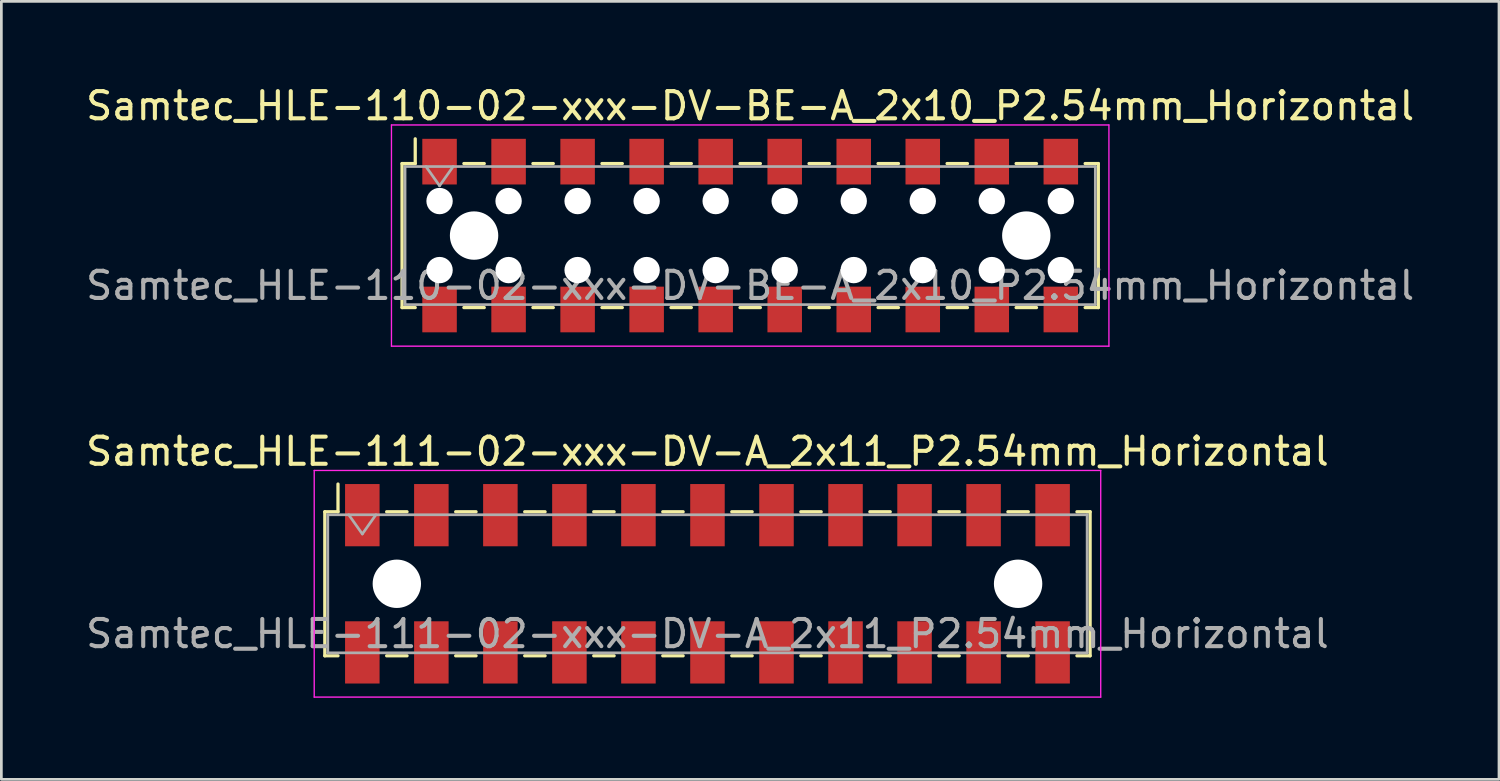
<source format=kicad_pcb>
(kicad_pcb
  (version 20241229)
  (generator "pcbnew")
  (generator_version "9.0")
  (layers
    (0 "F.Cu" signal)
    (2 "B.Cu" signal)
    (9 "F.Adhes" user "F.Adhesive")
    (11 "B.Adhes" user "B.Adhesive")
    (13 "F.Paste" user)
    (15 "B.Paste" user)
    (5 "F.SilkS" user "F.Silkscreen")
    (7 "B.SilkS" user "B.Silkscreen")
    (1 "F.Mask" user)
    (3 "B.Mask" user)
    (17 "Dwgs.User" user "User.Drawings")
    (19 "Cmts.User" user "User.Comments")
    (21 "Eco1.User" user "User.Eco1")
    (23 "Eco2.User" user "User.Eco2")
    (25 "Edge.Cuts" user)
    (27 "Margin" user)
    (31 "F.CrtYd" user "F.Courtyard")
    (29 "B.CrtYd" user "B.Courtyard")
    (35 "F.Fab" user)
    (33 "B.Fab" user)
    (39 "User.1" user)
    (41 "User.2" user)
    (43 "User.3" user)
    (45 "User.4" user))
  (footprint "Samtec_HLE-111-02-xxx-DV-A_2x11_P2.54mm_Horizontal"
    (layer "F.Cu")
    (at 22.982 18.431)
    (property "Reference" "Samtec_HLE-111-02-xxx-DV-A_2x11_P2.54mm_Horizontal" (at 0 -4.87 0) (layer "F.SilkS") (effects (font (size 1 1) (thickness 0.15))))
    (attr smd)
    (fp_line (start -14.08 -2.65) (end -14.08 2.65) (stroke (width 0.12) (type solid)) (layer "F.SilkS"))
    (fp_line (start -14.08 2.65) (end -13.595 2.65) (stroke (width 0.12) (type solid)) (layer "F.SilkS"))
    (fp_line (start -13.595 -3.67) (end -13.595 -2.65) (stroke (width 0.12) (type solid)) (layer "F.SilkS"))
    (fp_line (start -13.595 -2.65) (end -14.08 -2.65) (stroke (width 0.12) (type solid)) (layer "F.SilkS"))
    (fp_line (start -11.805 -2.65) (end -11.055 -2.65) (stroke (width 0.12) (type solid)) (layer "F.SilkS"))
    (fp_line (start -11.805 2.65) (end -11.055 2.65) (stroke (width 0.12) (type solid)) (layer "F.SilkS"))
    (fp_line (start -9.265 -2.65) (end -8.515 -2.65) (stroke (width 0.12) (type solid)) (layer "F.SilkS"))
    (fp_line (start -9.265 2.65) (end -8.515 2.65) (stroke (width 0.12) (type solid)) (layer "F.SilkS"))
    (fp_line (start -6.725 -2.65) (end -5.975 -2.65) (stroke (width 0.12) (type solid)) (layer "F.SilkS"))
    (fp_line (start -6.725 2.65) (end -5.975 2.65) (stroke (width 0.12) (type solid)) (layer "F.SilkS"))
    (fp_line (start -4.185 -2.65) (end -3.435 -2.65) (stroke (width 0.12) (type solid)) (layer "F.SilkS"))
    (fp_line (start -4.185 2.65) (end -3.435 2.65) (stroke (width 0.12) (type solid)) (layer "F.SilkS"))
    (fp_line (start -1.645 -2.65) (end -0.895 -2.65) (stroke (width 0.12) (type solid)) (layer "F.SilkS"))
    (fp_line (start -1.645 2.65) (end -0.895 2.65) (stroke (width 0.12) (type solid)) (layer "F.SilkS"))
    (fp_line (start 0.895 -2.65) (end 1.645 -2.65) (stroke (width 0.12) (type solid)) (layer "F.SilkS"))
    (fp_line (start 0.895 2.65) (end 1.645 2.65) (stroke (width 0.12) (type solid)) (layer "F.SilkS"))
    (fp_line (start 3.435 -2.65) (end 4.185 -2.65) (stroke (width 0.12) (type solid)) (layer "F.SilkS"))
    (fp_line (start 3.435 2.65) (end 4.185 2.65) (stroke (width 0.12) (type solid)) (layer "F.SilkS"))
    (fp_line (start 5.975 -2.65) (end 6.725 -2.65) (stroke (width 0.12) (type solid)) (layer "F.SilkS"))
    (fp_line (start 5.975 2.65) (end 6.725 2.65) (stroke (width 0.12) (type solid)) (layer "F.SilkS"))
    (fp_line (start 8.515 -2.65) (end 9.265 -2.65) (stroke (width 0.12) (type solid)) (layer "F.SilkS"))
    (fp_line (start 8.515 2.65) (end 9.265 2.65) (stroke (width 0.12) (type solid)) (layer "F.SilkS"))
    (fp_line (start 11.055 -2.65) (end 11.805 -2.65) (stroke (width 0.12) (type solid)) (layer "F.SilkS"))
    (fp_line (start 11.055 2.65) (end 11.805 2.65) (stroke (width 0.12) (type solid)) (layer "F.SilkS"))
    (fp_line (start 13.595 -2.65) (end 14.08 -2.65) (stroke (width 0.12) (type solid)) (layer "F.SilkS"))
    (fp_line (start 14.08 -2.65) (end 14.08 2.65) (stroke (width 0.12) (type solid)) (layer "F.SilkS"))
    (fp_line (start 14.08 2.65) (end 13.595 2.65) (stroke (width 0.12) (type solid)) (layer "F.SilkS"))
    (fp_line (start -14.47 -4.17) (end 14.47 -4.17) (stroke (width 0.05) (type solid)) (layer "F.CrtYd"))
    (fp_line (start -14.47 4.17) (end -14.47 -4.17) (stroke (width 0.05) (type solid)) (layer "F.CrtYd"))
    (fp_line (start 14.47 -4.17) (end 14.47 4.17) (stroke (width 0.05) (type solid)) (layer "F.CrtYd"))
    (fp_line (start 14.47 4.17) (end -14.47 4.17) (stroke (width 0.05) (type solid)) (layer "F.CrtYd"))
    (fp_line (start -13.97 -2.54) (end 13.97 -2.54) (stroke (width 0.1) (type solid)) (layer "F.Fab"))
    (fp_line (start -13.97 2.54) (end -13.97 -2.54) (stroke (width 0.1) (type solid)) (layer "F.Fab"))
    (fp_line (start -13.2 -2.54) (end -12.7 -1.833) (stroke (width 0.1) (type solid)) (layer "F.Fab"))
    (fp_line (start -12.7 -1.833) (end -12.2 -2.54) (stroke (width 0.1) (type solid)) (layer "F.Fab"))
    (fp_line (start 13.97 -2.54) (end 13.97 2.54) (stroke (width 0.1) (type solid)) (layer "F.Fab"))
    (fp_line (start 13.97 2.54) (end -13.97 2.54) (stroke (width 0.1) (type solid)) (layer "F.Fab"))
    (fp_text user "${REFERENCE}" (at 0 1.84 0) (layer "F.Fab") (effects (font (size 1 1) (thickness 0.15))))
    (pad "" np_thru_hole circle (at -11.43 0) (size 1.78 1.78) (drill 1.78) (layers "*.Cu" "*.Mask"))
    (pad "" np_thru_hole circle (at 11.43 0) (size 1.78 1.78) (drill 1.78) (layers "*.Cu" "*.Mask"))
    (pad "1" smd rect (at -12.7 -2.525) (size 1.27 2.29) (layers "F.Cu" "F.Mask" "F.Paste"))
    (pad "2" smd rect (at -12.7 2.525) (size 1.27 2.29) (layers "F.Cu" "F.Mask" "F.Paste"))
    (pad "3" smd rect (at -10.16 -2.525) (size 1.27 2.29) (layers "F.Cu" "F.Mask" "F.Paste"))
    (pad "4" smd rect (at -10.16 2.525) (size 1.27 2.29) (layers "F.Cu" "F.Mask" "F.Paste"))
    (pad "5" smd rect (at -7.62 -2.525) (size 1.27 2.29) (layers "F.Cu" "F.Mask" "F.Paste"))
    (pad "6" smd rect (at -7.62 2.525) (size 1.27 2.29) (layers "F.Cu" "F.Mask" "F.Paste"))
    (pad "7" smd rect (at -5.08 -2.525) (size 1.27 2.29) (layers "F.Cu" "F.Mask" "F.Paste"))
    (pad "8" smd rect (at -5.08 2.525) (size 1.27 2.29) (layers "F.Cu" "F.Mask" "F.Paste"))
    (pad "9" smd rect (at -2.54 -2.525) (size 1.27 2.29) (layers "F.Cu" "F.Mask" "F.Paste"))
    (pad "10" smd rect (at -2.54 2.525) (size 1.27 2.29) (layers "F.Cu" "F.Mask" "F.Paste"))
    (pad "11" smd rect (at 0 -2.525) (size 1.27 2.29) (layers "F.Cu" "F.Mask" "F.Paste"))
    (pad "12" smd rect (at 0 2.525) (size 1.27 2.29) (layers "F.Cu" "F.Mask" "F.Paste"))
    (pad "13" smd rect (at 2.54 -2.525) (size 1.27 2.29) (layers "F.Cu" "F.Mask" "F.Paste"))
    (pad "14" smd rect (at 2.54 2.525) (size 1.27 2.29) (layers "F.Cu" "F.Mask" "F.Paste"))
    (pad "15" smd rect (at 5.08 -2.525) (size 1.27 2.29) (layers "F.Cu" "F.Mask" "F.Paste"))
    (pad "16" smd rect (at 5.08 2.525) (size 1.27 2.29) (layers "F.Cu" "F.Mask" "F.Paste"))
    (pad "17" smd rect (at 7.62 -2.525) (size 1.27 2.29) (layers "F.Cu" "F.Mask" "F.Paste"))
    (pad "18" smd rect (at 7.62 2.525) (size 1.27 2.29) (layers "F.Cu" "F.Mask" "F.Paste"))
    (pad "19" smd rect (at 10.16 -2.525) (size 1.27 2.29) (layers "F.Cu" "F.Mask" "F.Paste"))
    (pad "20" smd rect (at 10.16 2.525) (size 1.27 2.29) (layers "F.Cu" "F.Mask" "F.Paste"))
    (pad "21" smd rect (at 12.7 -2.525) (size 1.27 2.29) (layers "F.Cu" "F.Mask" "F.Paste"))
    (pad "22" smd rect (at 12.7 2.525) (size 1.27 2.29) (layers "F.Cu" "F.Mask" "F.Paste")))
  (footprint "Samtec_HLE-110-02-xxx-DV-BE-A_2x10_P2.54mm_Horizontal"
    (layer "F.Cu")
    (at 24.554 5.618)
    (property "Reference" "Samtec_HLE-110-02-xxx-DV-BE-A_2x10_P2.54mm_Horizontal" (at 0 -4.77 0) (layer "F.SilkS") (effects (font (size 1 1) (thickness 0.15))))
    (attr smd)
    (fp_line (start -12.81 -2.65) (end -12.81 2.65) (stroke (width 0.12) (type solid)) (layer "F.SilkS"))
    (fp_line (start -12.81 2.65) (end -12.325 2.65) (stroke (width 0.12) (type solid)) (layer "F.SilkS"))
    (fp_line (start -12.325 -3.56) (end -12.325 -2.65) (stroke (width 0.12) (type solid)) (layer "F.SilkS"))
    (fp_line (start -12.325 -2.65) (end -12.81 -2.65) (stroke (width 0.12) (type solid)) (layer "F.SilkS"))
    (fp_line (start -10.535 -2.65) (end -9.785 -2.65) (stroke (width 0.12) (type solid)) (layer "F.SilkS"))
    (fp_line (start -10.535 2.65) (end -9.785 2.65) (stroke (width 0.12) (type solid)) (layer "F.SilkS"))
    (fp_line (start -7.995 -2.65) (end -7.245 -2.65) (stroke (width 0.12) (type solid)) (layer "F.SilkS"))
    (fp_line (start -7.995 2.65) (end -7.245 2.65) (stroke (width 0.12) (type solid)) (layer "F.SilkS"))
    (fp_line (start -5.455 -2.65) (end -4.705 -2.65) (stroke (width 0.12) (type solid)) (layer "F.SilkS"))
    (fp_line (start -5.455 2.65) (end -4.705 2.65) (stroke (width 0.12) (type solid)) (layer "F.SilkS"))
    (fp_line (start -2.915 -2.65) (end -2.165 -2.65) (stroke (width 0.12) (type solid)) (layer "F.SilkS"))
    (fp_line (start -2.915 2.65) (end -2.165 2.65) (stroke (width 0.12) (type solid)) (layer "F.SilkS"))
    (fp_line (start -0.375 -2.65) (end 0.375 -2.65) (stroke (width 0.12) (type solid)) (layer "F.SilkS"))
    (fp_line (start -0.375 2.65) (end 0.375 2.65) (stroke (width 0.12) (type solid)) (layer "F.SilkS"))
    (fp_line (start 2.165 -2.65) (end 2.915 -2.65) (stroke (width 0.12) (type solid)) (layer "F.SilkS"))
    (fp_line (start 2.165 2.65) (end 2.915 2.65) (stroke (width 0.12) (type solid)) (layer "F.SilkS"))
    (fp_line (start 4.705 -2.65) (end 5.455 -2.65) (stroke (width 0.12) (type solid)) (layer "F.SilkS"))
    (fp_line (start 4.705 2.65) (end 5.455 2.65) (stroke (width 0.12) (type solid)) (layer "F.SilkS"))
    (fp_line (start 7.245 -2.65) (end 7.995 -2.65) (stroke (width 0.12) (type solid)) (layer "F.SilkS"))
    (fp_line (start 7.245 2.65) (end 7.995 2.65) (stroke (width 0.12) (type solid)) (layer "F.SilkS"))
    (fp_line (start 9.785 -2.65) (end 10.535 -2.65) (stroke (width 0.12) (type solid)) (layer "F.SilkS"))
    (fp_line (start 9.785 2.65) (end 10.535 2.65) (stroke (width 0.12) (type solid)) (layer "F.SilkS"))
    (fp_line (start 12.325 -2.65) (end 12.81 -2.65) (stroke (width 0.12) (type solid)) (layer "F.SilkS"))
    (fp_line (start 12.81 -2.65) (end 12.81 2.65) (stroke (width 0.12) (type solid)) (layer "F.SilkS"))
    (fp_line (start 12.81 2.65) (end 12.325 2.65) (stroke (width 0.12) (type solid)) (layer "F.SilkS"))
    (fp_line (start -13.2 -4.07) (end 13.2 -4.07) (stroke (width 0.05) (type solid)) (layer "F.CrtYd"))
    (fp_line (start -13.2 4.07) (end -13.2 -4.07) (stroke (width 0.05) (type solid)) (layer "F.CrtYd"))
    (fp_line (start 13.2 -4.07) (end 13.2 4.07) (stroke (width 0.05) (type solid)) (layer "F.CrtYd"))
    (fp_line (start 13.2 4.07) (end -13.2 4.07) (stroke (width 0.05) (type solid)) (layer "F.CrtYd"))
    (fp_line (start -12.7 -2.54) (end 12.7 -2.54) (stroke (width 0.1) (type solid)) (layer "F.Fab"))
    (fp_line (start -12.7 2.54) (end -12.7 -2.54) (stroke (width 0.1) (type solid)) (layer "F.Fab"))
    (fp_line (start -11.93 -2.54) (end -11.43 -1.833) (stroke (width 0.1) (type solid)) (layer "F.Fab"))
    (fp_line (start -11.43 -1.833) (end -10.93 -2.54) (stroke (width 0.1) (type solid)) (layer "F.Fab"))
    (fp_line (start 12.7 -2.54) (end 12.7 2.54) (stroke (width 0.1) (type solid)) (layer "F.Fab"))
    (fp_line (start 12.7 2.54) (end -12.7 2.54) (stroke (width 0.1) (type solid)) (layer "F.Fab"))
    (fp_text user "${REFERENCE}" (at 0 1.84 0) (layer "F.Fab") (effects (font (size 1 1) (thickness 0.15))))
    (pad "" np_thru_hole circle (at -11.43 -1.27) (size 0.97 0.97) (drill 0.97) (layers "*.Cu" "*.Mask"))
    (pad "" np_thru_hole circle (at -11.43 1.27) (size 0.97 0.97) (drill 0.97) (layers "*.Cu" "*.Mask"))
    (pad "" np_thru_hole circle (at -10.16 0) (size 1.78 1.78) (drill 1.78) (layers "*.Cu" "*.Mask"))
    (pad "" np_thru_hole circle (at -8.89 -1.27) (size 0.97 0.97) (drill 0.97) (layers "*.Cu" "*.Mask"))
    (pad "" np_thru_hole circle (at -8.89 1.27) (size 0.97 0.97) (drill 0.97) (layers "*.Cu" "*.Mask"))
    (pad "" np_thru_hole circle (at -6.35 -1.27) (size 0.97 0.97) (drill 0.97) (layers "*.Cu" "*.Mask"))
    (pad "" np_thru_hole circle (at -6.35 1.27) (size 0.97 0.97) (drill 0.97) (layers "*.Cu" "*.Mask"))
    (pad "" np_thru_hole circle (at -3.81 -1.27) (size 0.97 0.97) (drill 0.97) (layers "*.Cu" "*.Mask"))
    (pad "" np_thru_hole circle (at -3.81 1.27) (size 0.97 0.97) (drill 0.97) (layers "*.Cu" "*.Mask"))
    (pad "" np_thru_hole circle (at -1.27 -1.27) (size 0.97 0.97) (drill 0.97) (layers "*.Cu" "*.Mask"))
    (pad "" np_thru_hole circle (at -1.27 1.27) (size 0.97 0.97) (drill 0.97) (layers "*.Cu" "*.Mask"))
    (pad "" np_thru_hole circle (at 1.27 -1.27) (size 0.97 0.97) (drill 0.97) (layers "*.Cu" "*.Mask"))
    (pad "" np_thru_hole circle (at 1.27 1.27) (size 0.97 0.97) (drill 0.97) (layers "*.Cu" "*.Mask"))
    (pad "" np_thru_hole circle (at 3.81 -1.27) (size 0.97 0.97) (drill 0.97) (layers "*.Cu" "*.Mask"))
    (pad "" np_thru_hole circle (at 3.81 1.27) (size 0.97 0.97) (drill 0.97) (layers "*.Cu" "*.Mask"))
    (pad "" np_thru_hole circle (at 6.35 -1.27) (size 0.97 0.97) (drill 0.97) (layers "*.Cu" "*.Mask"))
    (pad "" np_thru_hole circle (at 6.35 1.27) (size 0.97 0.97) (drill 0.97) (layers "*.Cu" "*.Mask"))
    (pad "" np_thru_hole circle (at 8.89 -1.27) (size 0.97 0.97) (drill 0.97) (layers "*.Cu" "*.Mask"))
    (pad "" np_thru_hole circle (at 8.89 1.27) (size 0.97 0.97) (drill 0.97) (layers "*.Cu" "*.Mask"))
    (pad "" np_thru_hole circle (at 10.16 0) (size 1.78 1.78) (drill 1.78) (layers "*.Cu" "*.Mask"))
    (pad "" np_thru_hole circle (at 11.43 -1.27) (size 0.97 0.97) (drill 0.97) (layers "*.Cu" "*.Mask"))
    (pad "" np_thru_hole circle (at 11.43 1.27) (size 0.97 0.97) (drill 0.97) (layers "*.Cu" "*.Mask"))
    (pad "1" smd rect (at -11.43 -2.72) (size 1.27 1.68) (layers "F.Cu" "F.Mask" "F.Paste"))
    (pad "2" smd rect (at -11.43 2.72) (size 1.27 1.68) (layers "F.Cu" "F.Mask" "F.Paste"))
    (pad "3" smd rect (at -8.89 -2.72) (size 1.27 1.68) (layers "F.Cu" "F.Mask" "F.Paste"))
    (pad "4" smd rect (at -8.89 2.72) (size 1.27 1.68) (layers "F.Cu" "F.Mask" "F.Paste"))
    (pad "5" smd rect (at -6.35 -2.72) (size 1.27 1.68) (layers "F.Cu" "F.Mask" "F.Paste"))
    (pad "6" smd rect (at -6.35 2.72) (size 1.27 1.68) (layers "F.Cu" "F.Mask" "F.Paste"))
    (pad "7" smd rect (at -3.81 -2.72) (size 1.27 1.68) (layers "F.Cu" "F.Mask" "F.Paste"))
    (pad "8" smd rect (at -3.81 2.72) (size 1.27 1.68) (layers "F.Cu" "F.Mask" "F.Paste"))
    (pad "9" smd rect (at -1.27 -2.72) (size 1.27 1.68) (layers "F.Cu" "F.Mask" "F.Paste"))
    (pad "10" smd rect (at -1.27 2.72) (size 1.27 1.68) (layers "F.Cu" "F.Mask" "F.Paste"))
    (pad "11" smd rect (at 1.27 -2.72) (size 1.27 1.68) (layers "F.Cu" "F.Mask" "F.Paste"))
    (pad "12" smd rect (at 1.27 2.72) (size 1.27 1.68) (layers "F.Cu" "F.Mask" "F.Paste"))
    (pad "13" smd rect (at 3.81 -2.72) (size 1.27 1.68) (layers "F.Cu" "F.Mask" "F.Paste"))
    (pad "14" smd rect (at 3.81 2.72) (size 1.27 1.68) (layers "F.Cu" "F.Mask" "F.Paste"))
    (pad "15" smd rect (at 6.35 -2.72) (size 1.27 1.68) (layers "F.Cu" "F.Mask" "F.Paste"))
    (pad "16" smd rect (at 6.35 2.72) (size 1.27 1.68) (layers "F.Cu" "F.Mask" "F.Paste"))
    (pad "17" smd rect (at 8.89 -2.72) (size 1.27 1.68) (layers "F.Cu" "F.Mask" "F.Paste"))
    (pad "18" smd rect (at 8.89 2.72) (size 1.27 1.68) (layers "F.Cu" "F.Mask" "F.Paste"))
    (pad "19" smd rect (at 11.43 -2.72) (size 1.27 1.68) (layers "F.Cu" "F.Mask" "F.Paste"))
    (pad "20" smd rect (at 11.43 2.72) (size 1.27 1.68) (layers "F.Cu" "F.Mask" "F.Paste")))
  (gr_rect
    (start -3 -3)
    (end 52.107 25.627)
    (stroke (width 0.1) (type default))
    (fill no)
    (layer "Edge.Cuts")))
</source>
